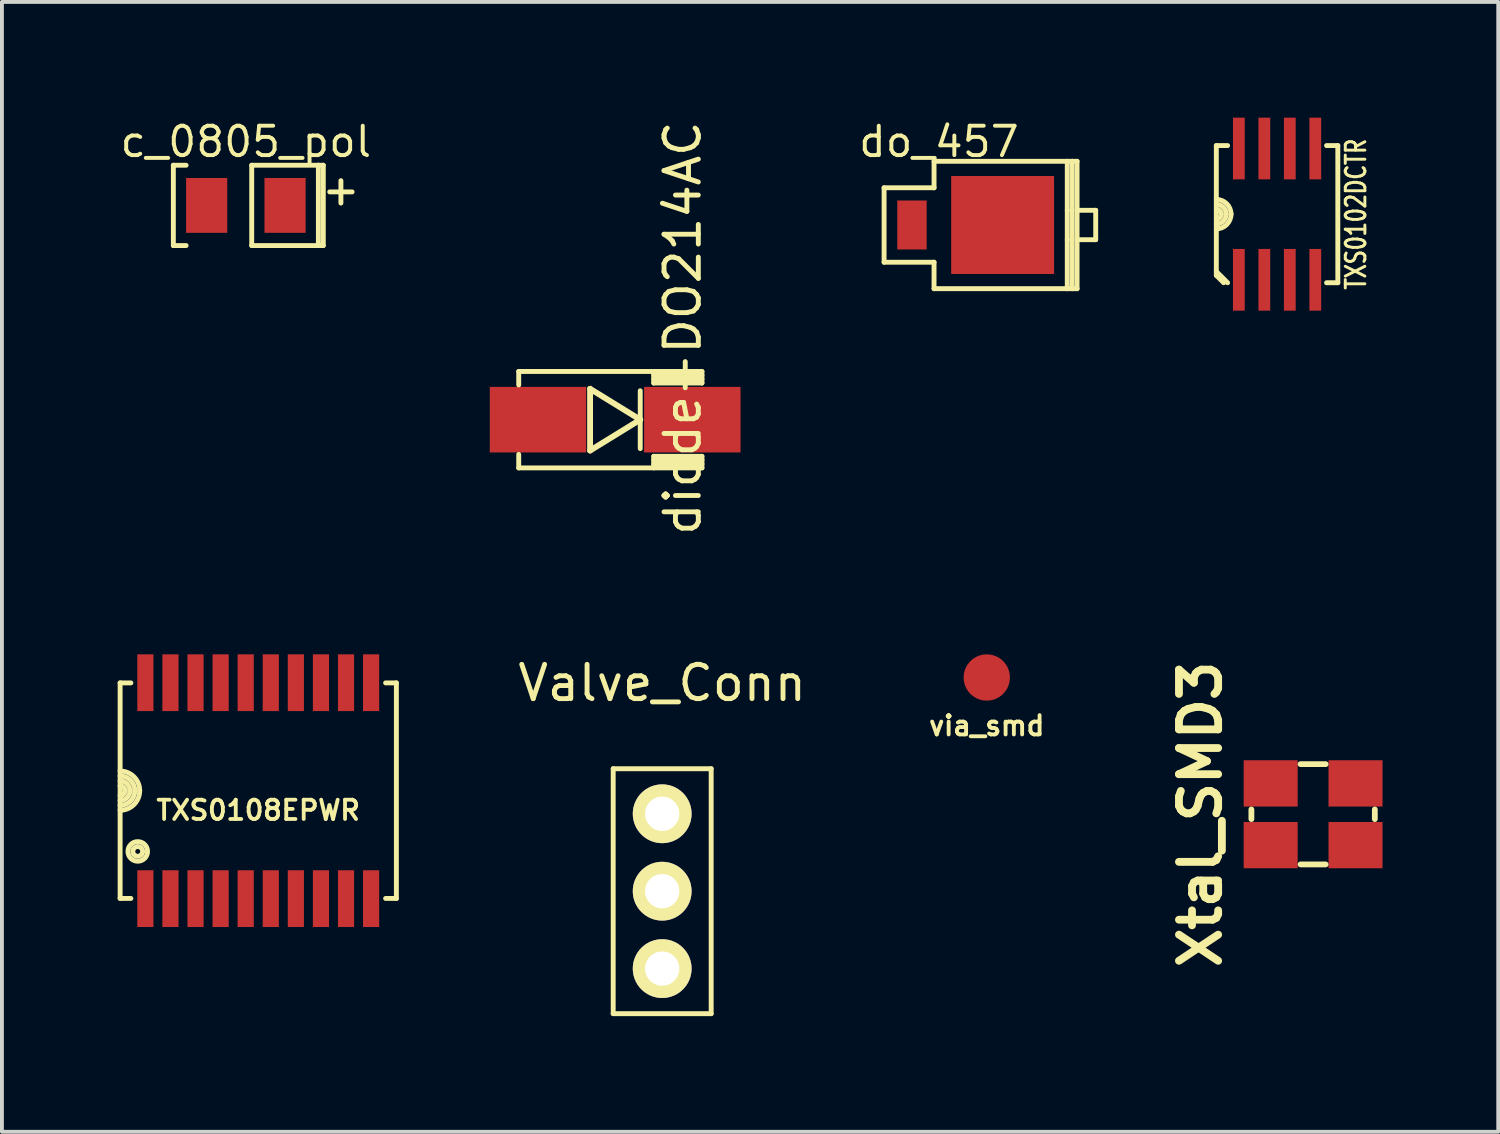
<source format=kicad_pcb>
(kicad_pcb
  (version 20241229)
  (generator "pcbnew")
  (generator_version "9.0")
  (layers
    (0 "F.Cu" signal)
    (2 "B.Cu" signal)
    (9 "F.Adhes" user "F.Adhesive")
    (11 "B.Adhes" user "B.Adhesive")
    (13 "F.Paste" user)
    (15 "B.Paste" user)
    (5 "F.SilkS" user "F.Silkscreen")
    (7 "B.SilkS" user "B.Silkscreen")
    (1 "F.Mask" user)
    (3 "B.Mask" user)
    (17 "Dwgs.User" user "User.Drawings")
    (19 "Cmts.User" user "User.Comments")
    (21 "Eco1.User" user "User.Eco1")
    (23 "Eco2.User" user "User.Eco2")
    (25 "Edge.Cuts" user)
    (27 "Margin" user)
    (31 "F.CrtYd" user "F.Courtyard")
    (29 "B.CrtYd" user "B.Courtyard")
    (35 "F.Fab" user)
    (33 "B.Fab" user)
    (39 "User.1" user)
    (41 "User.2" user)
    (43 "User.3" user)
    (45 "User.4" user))
  (footprint "Valve_Conn"
    (layer "F.Cu")
    (at 14.117 20.054)
    (property "Reference" "Valve_Conn" (at 0 -5.397 0) (layer "F.SilkS") (effects (font (size 0.889 0.889) (thickness 0.127))))
    (attr smd)
    (fp_line (start -1.27 -3.175) (end -1.27 3.175) (stroke (width 0.127) (type solid)) (layer "F.SilkS"))
    (fp_line (start -1.27 -3.175) (end 1.27 -3.175) (stroke (width 0.127) (type solid)) (layer "F.SilkS"))
    (fp_line (start 1.27 -3.175) (end 1.27 3.175) (stroke (width 0.127) (type solid)) (layer "F.SilkS"))
    (fp_line (start 1.27 3.175) (end -1.27 3.175) (stroke (width 0.127) (type solid)) (layer "F.SilkS"))
    (pad "1" thru_hole circle (at 0 2.007) (size 1.524 1.524) (drill 0.889) (layers "*.Cu" "*.Mask" "F.SilkS"))
    (pad "2" thru_hole circle (at 0 0) (size 1.524 1.524) (drill 0.889) (layers "*.Cu" "*.Mask" "F.SilkS"))
    (pad "3" thru_hole circle (at 0 -2.007) (size 1.524 1.524) (drill 0.889) (layers "*.Cu" "*.Mask" "F.SilkS")))
  (footprint "TXS0102DCTR"
    (layer "F.Cu")
    (at 30.058 2.502)
    (property "Reference" "TXS0102DCTR" (at 2.045 0 90) (layer "F.SilkS") (effects (font (size 0.508 0.381) (thickness 0.076))))
    (attr smd)
    (fp_line (start -1.575 -1.778) (end -1.575 1.587) (stroke (width 0.127) (type solid)) (layer "F.SilkS"))
    (fp_line (start -1.575 -1.778) (end -1.283 -1.778) (stroke (width 0.127) (type solid)) (layer "F.SilkS"))
    (fp_line (start -1.384 1.778) (end -1.575 1.587) (stroke (width 0.127) (type solid)) (layer "F.SilkS"))
    (fp_line (start -1.283 1.778) (end -1.575 1.486) (stroke (width 0.127) (type solid)) (layer "F.SilkS"))
    (fp_line (start 1.575 -1.778) (end 1.283 -1.778) (stroke (width 0.127) (type solid)) (layer "F.SilkS"))
    (fp_line (start 1.575 1.778) (end 1.283 1.778) (stroke (width 0.127) (type solid)) (layer "F.SilkS"))
    (fp_line (start 1.575 1.778) (end 1.575 -1.778) (stroke (width 0.127) (type solid)) (layer "F.SilkS"))
    (fp_arc (start -1.5748 -0.381) (mid -1.305392 -0.269408) (end -1.1938 0) (stroke (width 0.127) (type solid)) (layer "F.SilkS"))
    (fp_arc (start -1.5748 -0.254) (mid -1.395195 -0.179605) (end -1.3208 0) (stroke (width 0.127) (type solid)) (layer "F.SilkS"))
    (fp_arc (start -1.5748 -0.127) (mid -1.484997 -0.089803) (end -1.4478 0) (stroke (width 0.127) (type solid)) (layer "F.SilkS"))
    (fp_arc (start -1.4478 0) (mid -1.484997 0.089803) (end -1.5748 0.127) (stroke (width 0.127) (type solid)) (layer "F.SilkS"))
    (fp_arc (start -1.3208 0) (mid -1.395195 0.179605) (end -1.5748 0.254) (stroke (width 0.127) (type solid)) (layer "F.SilkS"))
    (fp_arc (start -1.1938 0) (mid -1.305392 0.269408) (end -1.5748 0.381) (stroke (width 0.127) (type solid)) (layer "F.SilkS"))
    (pad "1" smd rect (at -0.991 1.702) (size 0.305 1.6) (layers "F.Cu" "F.Mask" "F.Paste"))
    (pad "2" smd rect (at -0.33 1.702) (size 0.305 1.6) (layers "F.Cu" "F.Mask" "F.Paste"))
    (pad "3" smd rect (at 0.33 1.702) (size 0.305 1.6) (layers "F.Cu" "F.Mask" "F.Paste"))
    (pad "4" smd rect (at 0.991 1.702) (size 0.305 1.6) (layers "F.Cu" "F.Mask" "F.Paste"))
    (pad "5" smd rect (at 0.991 -1.702) (size 0.305 1.6) (layers "F.Cu" "F.Mask" "F.Paste"))
    (pad "6" smd rect (at 0.33 -1.702) (size 0.305 1.6) (layers "F.Cu" "F.Mask" "F.Paste"))
    (pad "7" smd rect (at -0.33 -1.702) (size 0.305 1.6) (layers "F.Cu" "F.Mask" "F.Paste"))
    (pad "8" smd rect (at -0.991 -1.702) (size 0.305 1.6) (layers "F.Cu" "F.Mask" "F.Paste")))
  (footprint "do_457"
    (layer "F.Cu")
    (at 21.292 2.783)
    (property "Reference" "do_457" (at 0 -2.159 0) (layer "F.SilkS") (effects (font (size 0.762 0.762) (thickness 0.102))))
    (attr smd)
    (fp_line (start -1.422 -0.965) (end -1.422 0.965) (stroke (width 0.127) (type solid)) (layer "F.SilkS"))
    (fp_line (start -1.422 -0.965) (end -0.127 -0.965) (stroke (width 0.127) (type solid)) (layer "F.SilkS"))
    (fp_line (start -1.422 0.965) (end -0.127 0.965) (stroke (width 0.127) (type solid)) (layer "F.SilkS"))
    (fp_line (start -0.127 -1.651) (end 3.327 -1.651) (stroke (width 0.127) (type solid)) (layer "F.SilkS"))
    (fp_line (start -0.127 -0.965) (end -0.127 -1.651) (stroke (width 0.127) (type solid)) (layer "F.SilkS"))
    (fp_line (start -0.127 0.965) (end -0.127 1.651) (stroke (width 0.127) (type solid)) (layer "F.SilkS"))
    (fp_line (start -0.127 1.651) (end 3.327 1.651) (stroke (width 0.127) (type solid)) (layer "F.SilkS"))
    (fp_line (start 3.327 -1.651) (end 3.327 -0.381) (stroke (width 0.127) (type solid)) (layer "F.SilkS"))
    (fp_line (start 3.327 -1.651) (end 3.454 -1.651) (stroke (width 0.127) (type solid)) (layer "F.SilkS"))
    (fp_line (start 3.327 -0.381) (end 3.327 0.381) (stroke (width 0.127) (type solid)) (layer "F.SilkS"))
    (fp_line (start 3.327 1.651) (end 3.327 0.381) (stroke (width 0.127) (type solid)) (layer "F.SilkS"))
    (fp_line (start 3.454 -1.651) (end 3.454 1.651) (stroke (width 0.127) (type solid)) (layer "F.SilkS"))
    (fp_line (start 3.454 1.651) (end 3.327 1.651) (stroke (width 0.127) (type solid)) (layer "F.SilkS"))
    (fp_line (start 3.454 1.651) (end 3.581 1.651) (stroke (width 0.127) (type solid)) (layer "F.SilkS"))
    (fp_line (start 3.581 -1.651) (end 3.454 -1.651) (stroke (width 0.127) (type solid)) (layer "F.SilkS"))
    (fp_line (start 3.581 -0.381) (end 4.064 -0.381) (stroke (width 0.127) (type solid)) (layer "F.SilkS"))
    (fp_line (start 3.581 0.381) (end 4.064 0.381) (stroke (width 0.127) (type solid)) (layer "F.SilkS"))
    (fp_line (start 3.581 1.651) (end 3.581 -1.651) (stroke (width 0.127) (type solid)) (layer "F.SilkS"))
    (fp_line (start 4.064 -0.381) (end 4.064 0.381) (stroke (width 0.127) (type solid)) (layer "F.SilkS"))
    (pad "1" smd rect (at -0.699 0) (size 0.762 1.27) (layers "F.Cu" "F.Mask" "F.Paste"))
    (pad "2" smd rect (at 1.651 0) (size 2.667 2.54) (layers "F.Cu" "F.Mask" "F.Paste")))
  (footprint "Xtal_SMD3"
    (layer "F.Cu")
    (at 30.992 18.06)
    (property "Reference" "Xtal_SMD3" (at -2.921 0 270) (layer "F.SilkS") (effects (font (size 1.016 1.016) (thickness 0.203))))
    (attr smd)
    (fp_line (start -1.6 -0.125) (end -1.6 0.125) (stroke (width 0.15) (type solid)) (layer "F.SilkS"))
    (fp_line (start -0.325 -1.3) (end 0.325 -1.3) (stroke (width 0.15) (type solid)) (layer "F.SilkS"))
    (fp_line (start 0.325 1.3) (end -0.325 1.3) (stroke (width 0.15) (type solid)) (layer "F.SilkS"))
    (fp_line (start 1.6 -0.125) (end 1.6 0.125) (stroke (width 0.15) (type solid)) (layer "F.SilkS"))
    (pad "1" smd rect (at -1.1 0.8) (size 1.4 1.2) (layers "F.Cu" "F.Mask" "F.Paste"))
    (pad "2" smd rect (at 1.1 -0.8) (size 1.4 1.2) (layers "F.Cu" "F.Mask" "F.Paste"))
    (pad "3" smd rect (at -1.1 -0.8) (size 1.4 1.2) (layers "F.Cu" "F.Mask" "F.Paste"))
    (pad "3" smd rect (at 1.1 0.8) (size 1.4 1.2) (layers "F.Cu" "F.Mask" "F.Paste")))
  (footprint "c_0805_pol"
    (layer "F.Cu")
    (at 3.324 2.275)
    (property "Reference" "c_0805_pol" (at 0 -1.651 0) (layer "F.SilkS") (effects (font (size 0.762 0.762) (thickness 0.102))))
    (attr smd)
    (fp_line (start -1.88 -1.041) (end -1.88 1.041) (stroke (width 0.127) (type solid)) (layer "F.SilkS"))
    (fp_line (start -1.88 1.041) (end -1.549 1.041) (stroke (width 0.127) (type solid)) (layer "F.SilkS"))
    (fp_line (start -1.549 -1.041) (end -1.88 -1.041) (stroke (width 0.127) (type solid)) (layer "F.SilkS"))
    (fp_line (start 0.152 -1.041) (end 1.88 -1.041) (stroke (width 0.127) (type solid)) (layer "F.SilkS"))
    (fp_line (start 0.152 1.041) (end 0.152 -1.041) (stroke (width 0.127) (type solid)) (layer "F.SilkS"))
    (fp_line (start 1.88 -1.041) (end 1.88 1.041) (stroke (width 0.127) (type solid)) (layer "F.SilkS"))
    (fp_line (start 1.88 -1.041) (end 2.007 -1.041) (stroke (width 0.127) (type solid)) (layer "F.SilkS"))
    (fp_line (start 1.88 1.041) (end 0.152 1.041) (stroke (width 0.127) (type solid)) (layer "F.SilkS"))
    (fp_line (start 2.007 -1.041) (end 2.007 1.041) (stroke (width 0.127) (type solid)) (layer "F.SilkS"))
    (fp_line (start 2.007 1.041) (end 1.88 1.041) (stroke (width 0.127) (type solid)) (layer "F.SilkS"))
    (fp_text user "+" (at 2.464 -0.406 0) (layer "F.SilkS") (effects (font (size 0.762 0.762) (thickness 0.127))))
    (pad "1" smd rect (at 1.016 0) (size 1.067 1.422) (layers "F.Cu" "F.Mask" "F.Paste"))
    (pad "2" smd rect (at -1.016 0) (size 1.067 1.422) (layers "F.Cu" "F.Mask" "F.Paste")))
  (footprint "diode-DO214AC"
    (layer "F.Cu")
    (at 12.898 7.83)
    (property "Reference" "diode-DO214AC" (at 1.751 -2.373 90) (layer "F.SilkS") (effects (font (size 0.889 0.889) (thickness 0.127))))
    (attr smd)
    (fp_line (start -2.5 -1.25) (end -2.5 -0.9) (stroke (width 0.127) (type solid)) (layer "F.SilkS"))
    (fp_line (start -2.5 -1.25) (end 2.25 -1.25) (stroke (width 0.127) (type solid)) (layer "F.SilkS"))
    (fp_line (start -2.5 1.25) (end -2.5 0.9) (stroke (width 0.127) (type solid)) (layer "F.SilkS"))
    (fp_line (start -0.65 -0.8) (end -0.65 0.8) (stroke (width 0.152) (type solid)) (layer "F.SilkS"))
    (fp_line (start -0.65 0.8) (end 0.65 0) (stroke (width 0.152) (type solid)) (layer "F.SilkS"))
    (fp_line (start 0.65 0) (end -0.65 -0.8) (stroke (width 0.152) (type solid)) (layer "F.SilkS"))
    (fp_line (start 0.65 0) (end 0.65 -0.75) (stroke (width 0.127) (type solid)) (layer "F.SilkS"))
    (fp_line (start 0.65 0) (end 0.65 0.75) (stroke (width 0.127) (type solid)) (layer "F.SilkS"))
    (fp_line (start 1 -1.15) (end 2.25 -1.15) (stroke (width 0.127) (type solid)) (layer "F.SilkS"))
    (fp_line (start 1 -0.95) (end 1 -1.25) (stroke (width 0.127) (type solid)) (layer "F.SilkS"))
    (fp_line (start 1 -0.95) (end 2.25 -0.95) (stroke (width 0.127) (type solid)) (layer "F.SilkS"))
    (fp_line (start 1 0.95) (end 1 1.25) (stroke (width 0.127) (type solid)) (layer "F.SilkS"))
    (fp_line (start 1 1.05) (end 2.25 1.05) (stroke (width 0.127) (type solid)) (layer "F.SilkS"))
    (fp_line (start 2.25 -1.25) (end 2.25 -0.95) (stroke (width 0.127) (type solid)) (layer "F.SilkS"))
    (fp_line (start 2.25 -1.05) (end 1 -1.05) (stroke (width 0.127) (type solid)) (layer "F.SilkS"))
    (fp_line (start 2.25 0.95) (end 1 0.95) (stroke (width 0.127) (type solid)) (layer "F.SilkS"))
    (fp_line (start 2.25 1.15) (end 1 1.15) (stroke (width 0.127) (type solid)) (layer "F.SilkS"))
    (fp_line (start 2.25 1.25) (end -2.5 1.25) (stroke (width 0.127) (type solid)) (layer "F.SilkS"))
    (fp_line (start 2.25 1.25) (end 2.25 0.95) (stroke (width 0.127) (type solid)) (layer "F.SilkS"))
    (pad "1" smd rect (at -2 0) (size 2.5 1.7) (layers "F.Cu" "F.Mask" "F.Paste"))
    (pad "2" smd rect (at 2 0) (size 2.5 1.7) (layers "F.Cu" "F.Mask" "F.Paste")))
  (footprint "TXS0108EPWR"
    (layer "F.Cu")
    (at 3.645 17.448)
    (property "Reference" "TXS0108EPWR" (at 0 0.508 0) (layer "F.SilkS") (effects (font (size 0.5 0.5) (thickness 0.099))))
    (attr smd)
    (fp_line (start -3.581 -2.794) (end -3.581 2.794) (stroke (width 0.127) (type solid)) (layer "F.SilkS"))
    (fp_line (start -3.581 2.794) (end -3.302 2.794) (stroke (width 0.127) (type solid)) (layer "F.SilkS"))
    (fp_line (start -3.302 -2.794) (end -3.581 -2.794) (stroke (width 0.127) (type solid)) (layer "F.SilkS"))
    (fp_line (start 3.302 -2.794) (end 3.581 -2.794) (stroke (width 0.127) (type solid)) (layer "F.SilkS"))
    (fp_line (start 3.581 -2.794) (end 3.581 2.794) (stroke (width 0.127) (type solid)) (layer "F.SilkS"))
    (fp_line (start 3.581 2.794) (end 3.302 2.794) (stroke (width 0.127) (type solid)) (layer "F.SilkS"))
    (fp_arc (start -3.5814 -0.508) (mid -3.22219 -0.35921) (end -3.0734 0) (stroke (width 0.127) (type solid)) (layer "F.SilkS"))
    (fp_arc (start -3.5814 -0.381) (mid -3.311992 -0.269408) (end -3.2004 0) (stroke (width 0.127) (type solid)) (layer "F.SilkS"))
    (fp_arc (start -3.5814 -0.254) (mid -3.401795 -0.179605) (end -3.3274 0) (stroke (width 0.127) (type solid)) (layer "F.SilkS"))
    (fp_arc (start -3.5814 -0.127) (mid -3.491597 -0.089803) (end -3.4544 0) (stroke (width 0.127) (type solid)) (layer "F.SilkS"))
    (fp_arc (start -3.4544 0) (mid -3.491597 0.089803) (end -3.5814 0.127) (stroke (width 0.127) (type solid)) (layer "F.SilkS"))
    (fp_arc (start -3.3274 0) (mid -3.401795 0.179605) (end -3.5814 0.254) (stroke (width 0.127) (type solid)) (layer "F.SilkS"))
    (fp_arc (start -3.2004 0) (mid -3.311992 0.269408) (end -3.5814 0.381) (stroke (width 0.127) (type solid)) (layer "F.SilkS"))
    (fp_arc (start -3.0734 0) (mid -3.22219 0.35921) (end -3.5814 0.508) (stroke (width 0.127) (type solid)) (layer "F.SilkS"))
    (fp_circle (center -3.124 1.575) (end -3.378 1.575) (stroke (width 0.127) (type solid)) (fill no) (layer "F.SilkS"))
    (fp_circle (center -3.124 1.575) (end -3.251 1.575) (stroke (width 0.127) (type solid)) (fill no) (layer "F.SilkS"))
    (pad "1" smd rect (at -2.926 2.799) (size 0.419 1.471) (layers "F.Cu" "F.Mask" "F.Paste"))
    (pad "2" smd rect (at -2.276 2.799) (size 0.419 1.471) (layers "F.Cu" "F.Mask" "F.Paste"))
    (pad "3" smd rect (at -1.626 2.799) (size 0.419 1.471) (layers "F.Cu" "F.Mask" "F.Paste"))
    (pad "4" smd rect (at -0.975 2.799) (size 0.419 1.471) (layers "F.Cu" "F.Mask" "F.Paste"))
    (pad "5" smd rect (at -0.325 2.799) (size 0.419 1.471) (layers "F.Cu" "F.Mask" "F.Paste"))
    (pad "6" smd rect (at 0.325 2.799) (size 0.419 1.471) (layers "F.Cu" "F.Mask" "F.Paste"))
    (pad "7" smd rect (at 0.975 2.799) (size 0.419 1.471) (layers "F.Cu" "F.Mask" "F.Paste"))
    (pad "8" smd rect (at 1.626 2.799) (size 0.419 1.471) (layers "F.Cu" "F.Mask" "F.Paste"))
    (pad "9" smd rect (at 2.276 2.799) (size 0.419 1.471) (layers "F.Cu" "F.Mask" "F.Paste"))
    (pad "10" smd rect (at 2.926 2.799) (size 0.419 1.471) (layers "F.Cu" "F.Mask" "F.Paste"))
    (pad "11" smd rect (at 2.926 -2.799) (size 0.419 1.471) (layers "F.Cu" "F.Mask" "F.Paste"))
    (pad "12" smd rect (at 2.276 -2.799) (size 0.419 1.471) (layers "F.Cu" "F.Mask" "F.Paste"))
    (pad "13" smd rect (at 1.626 -2.799) (size 0.419 1.471) (layers "F.Cu" "F.Mask" "F.Paste"))
    (pad "14" smd rect (at 0.975 -2.799) (size 0.419 1.471) (layers "F.Cu" "F.Mask" "F.Paste"))
    (pad "15" smd rect (at 0.325 -2.799) (size 0.419 1.471) (layers "F.Cu" "F.Mask" "F.Paste"))
    (pad "16" smd rect (at -0.325 -2.799) (size 0.419 1.471) (layers "F.Cu" "F.Mask" "F.Paste"))
    (pad "17" smd rect (at -0.975 -2.799) (size 0.419 1.471) (layers "F.Cu" "F.Mask" "F.Paste"))
    (pad "18" smd rect (at -1.626 -2.799) (size 0.419 1.471) (layers "F.Cu" "F.Mask" "F.Paste"))
    (pad "19" smd rect (at -2.276 -2.799) (size 0.419 1.471) (layers "F.Cu" "F.Mask" "F.Paste"))
    (pad "20" smd rect (at -2.926 -2.799) (size 0.419 1.471) (layers "F.Cu" "F.Mask" "F.Paste")))
  (footprint "via_smd"
    (layer "F.Cu")
    (at 22.532 14.514)
    (property "Reference" "via_smd" (at 0 1.25 0) (layer "F.SilkS") (effects (font (size 0.5 0.5) (thickness 0.1))))
    (attr through_hole)
    (pad "1" smd circle (at 0 0) (size 1.2 1.2) (layers "F.Cu" "F.Mask" "F.Paste")))
  (gr_rect
    (start -3 -3)
    (end 35.792 26.292)
    (stroke (width 0.1) (type default))
    (fill no)
    (layer "Edge.Cuts")))
</source>
